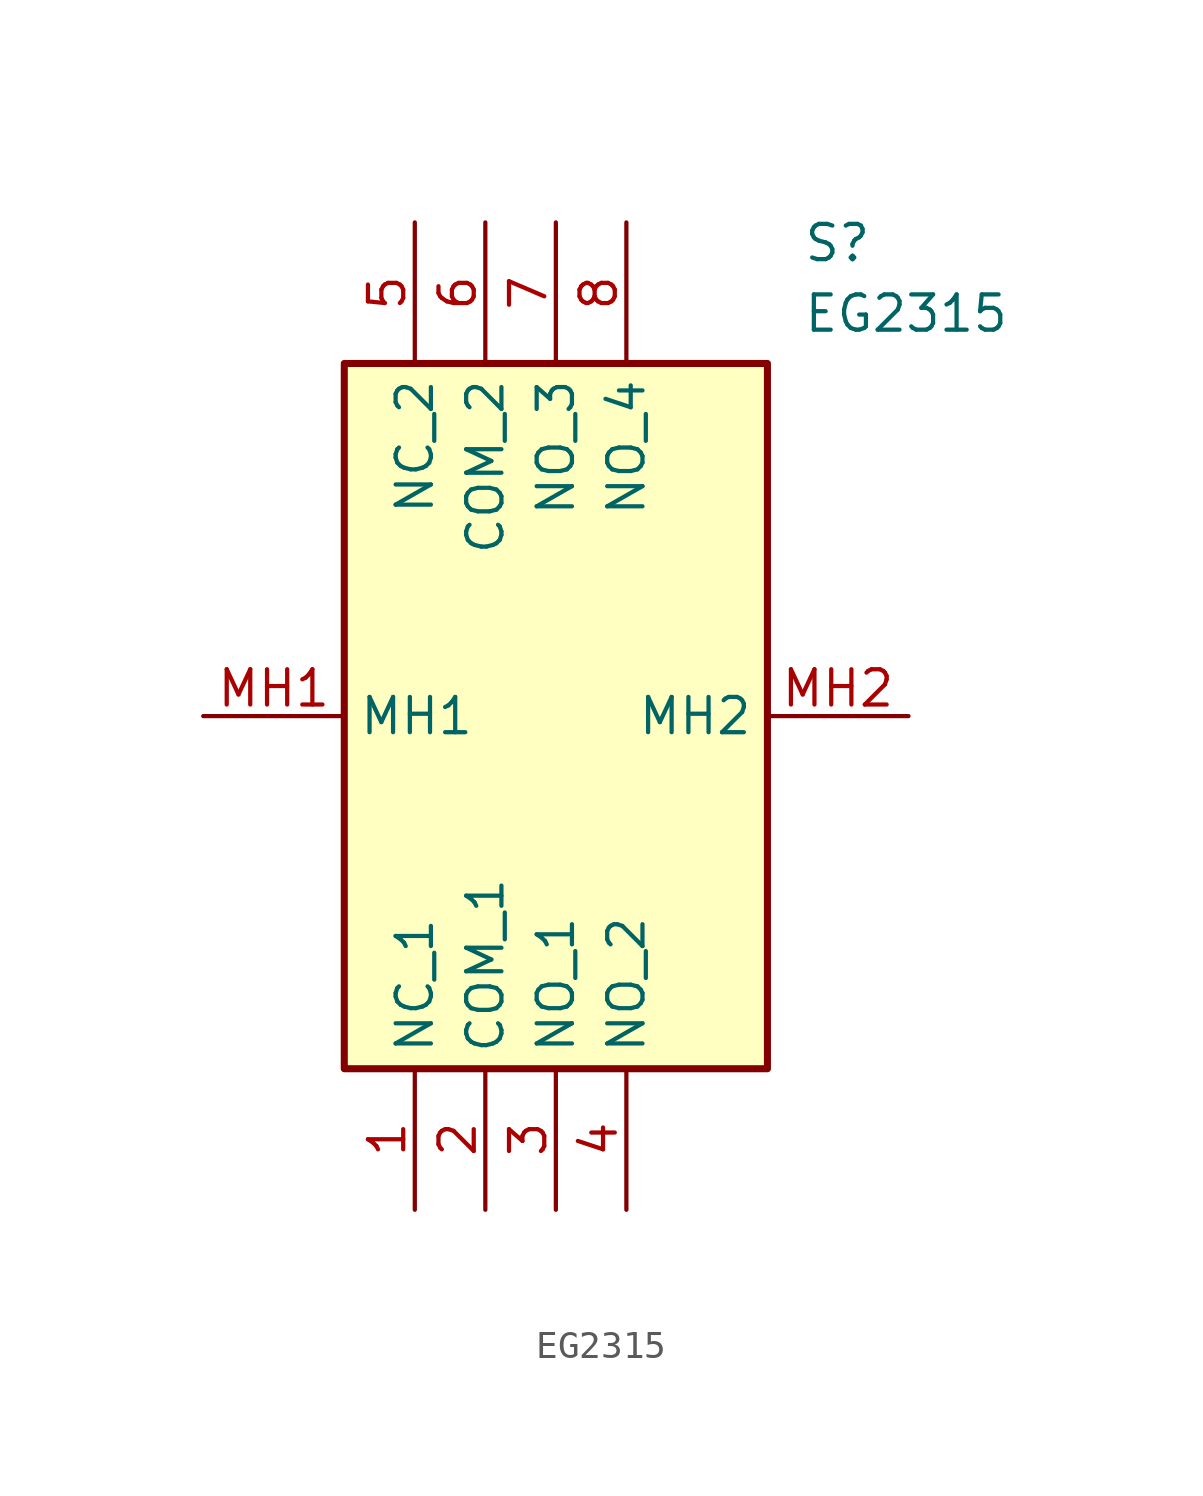
<source format=kicad_sym>
(kicad_symbol_lib
  (version 20211014)
  (generator SamacSys_ECAD_Model)
  (symbol "EG2315"
    (property "Reference" "S"
      (at 21.59 17.78 0)
      (effects (font (size 1.27 1.27)) (justify left top)))
    (property "Value" "EG2315"
      (at 21.59 15.24 0)
      (effects (font (size 1.27 1.27)) (justify left top)))
    (rectangle
      (start 5.08 12.7)
      (end 20.32 -12.7)
      (stroke (width 0.254) (type default))
      (fill (type background)))
    (pin passive line
      (at 7.62 -17.78 90)
      (length 5.08)
      (name "NC_1" (effects (font (size 1.27 1.27))))
      (number "1" (effects (font (size 1.27 1.27)))))
    (pin passive line
      (at 10.16 -17.78 90)
      (length 5.08)
      (name "COM_1" (effects (font (size 1.27 1.27))))
      (number "2" (effects (font (size 1.27 1.27)))))
    (pin passive line
      (at 12.7 -17.78 90)
      (length 5.08)
      (name "NO_1" (effects (font (size 1.27 1.27))))
      (number "3" (effects (font (size 1.27 1.27)))))
    (pin passive line
      (at 15.24 -17.78 90)
      (length 5.08)
      (name "NO_2" (effects (font (size 1.27 1.27))))
      (number "4" (effects (font (size 1.27 1.27)))))
    (pin passive line
      (at 7.62 17.78 270)
      (length 5.08)
      (name "NC_2" (effects (font (size 1.27 1.27))))
      (number "5" (effects (font (size 1.27 1.27)))))
    (pin passive line
      (at 10.16 17.78 270)
      (length 5.08)
      (name "COM_2" (effects (font (size 1.27 1.27))))
      (number "6" (effects (font (size 1.27 1.27)))))
    (pin passive line
      (at 12.7 17.78 270)
      (length 5.08)
      (name "NO_3" (effects (font (size 1.27 1.27))))
      (number "7" (effects (font (size 1.27 1.27)))))
    (pin passive line
      (at 15.24 17.78 270)
      (length 5.08)
      (name "NO_4" (effects (font (size 1.27 1.27))))
      (number "8" (effects (font (size 1.27 1.27)))))
    (pin passive line
      (at 0 0 0)
      (length 5.08)
      (name "MH1" (effects (font (size 1.27 1.27))))
      (number "MH1" (effects (font (size 1.27 1.27)))))
    (pin passive line
      (at 25.4 0 180)
      (length 5.08)
      (name "MH2" (effects (font (size 1.27 1.27))))
      (number "MH2" (effects (font (size 1.27 1.27)))))))
</source>
